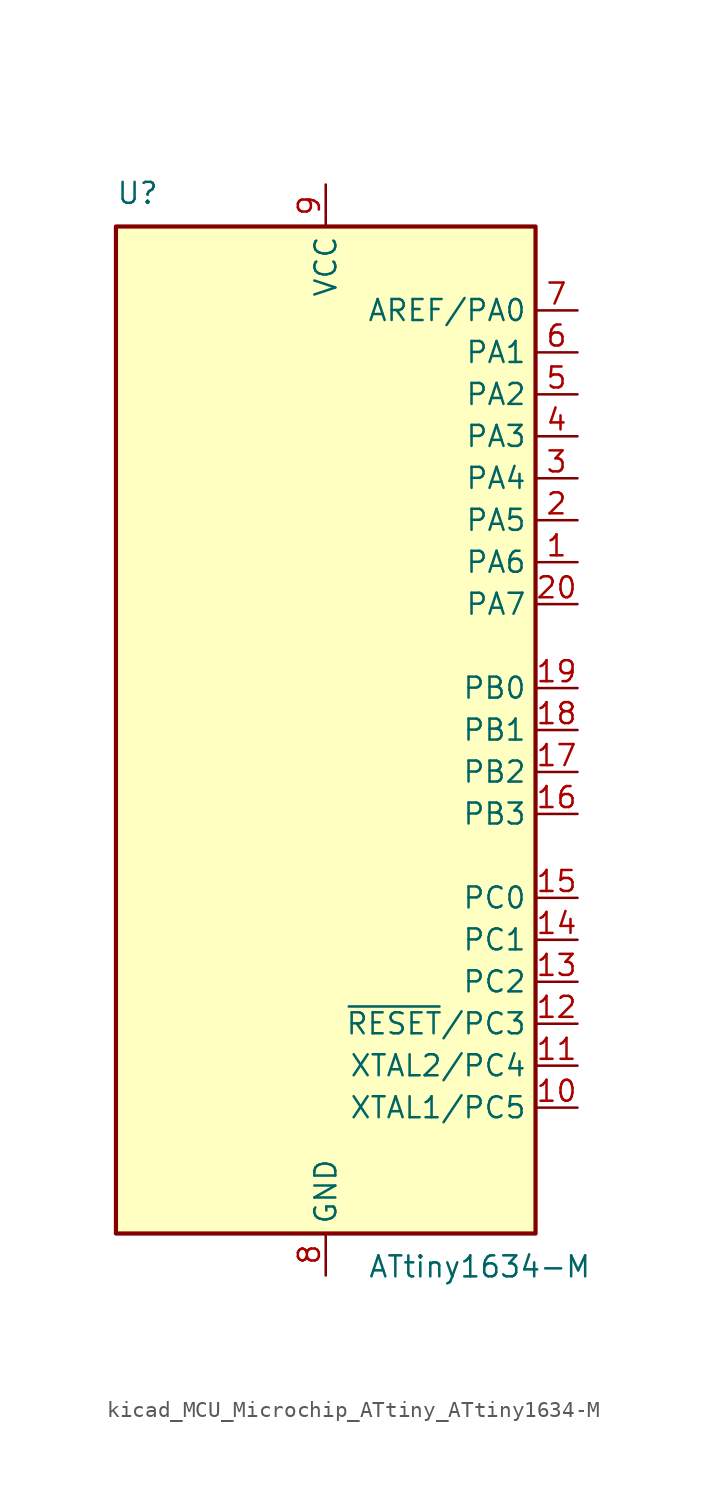
<source format=kicad_sym>
(kicad_symbol_lib
  (version 20220914)
  (generator kicad_symbol_editor)
  (symbol "kicad_MCU_Microchip_ATtiny_ATtiny1634-M"
    (property "Reference" "U"
      (at -12.7 31.75 0)
      (effects (font (size 1.27 1.27)) (justify left bottom)))
    (property "Value" "ATtiny1634-M"
      (at 2.54 -31.75 0)
      (effects (font (size 1.27 1.27)) (justify left top)))
    (symbol "kicad_MCU_Microchip_ATtiny_ATtiny1634-M_0_1"
      (rectangle (start -12.7 -30.48) (end 12.7 30.48) (stroke (width 0.254) (type default)) (fill (type background))))
    (symbol "kicad_MCU_Microchip_ATtiny_ATtiny1634-M_1_1"
      (pin bidirectional line (at 15.24 10.16 180) (length 2.54) (name "PA6" (effects (font (size 1.27 1.27)))) (number "1" (effects (font (size 1.27 1.27)))))
      (pin bidirectional line (at 15.24 -22.86 180) (length 2.54) (name "XTAL1/PC5" (effects (font (size 1.27 1.27)))) (number "10" (effects (font (size 1.27 1.27)))))
      (pin bidirectional line (at 15.24 -20.32 180) (length 2.54) (name "XTAL2/PC4" (effects (font (size 1.27 1.27)))) (number "11" (effects (font (size 1.27 1.27)))))
      (pin bidirectional line (at 15.24 -17.78 180) (length 2.54) (name "~{RESET}/PC3" (effects (font (size 1.27 1.27)))) (number "12" (effects (font (size 1.27 1.27)))))
      (pin bidirectional line (at 15.24 -15.24 180) (length 2.54) (name "PC2" (effects (font (size 1.27 1.27)))) (number "13" (effects (font (size 1.27 1.27)))))
      (pin bidirectional line (at 15.24 -12.7 180) (length 2.54) (name "PC1" (effects (font (size 1.27 1.27)))) (number "14" (effects (font (size 1.27 1.27)))))
      (pin bidirectional line (at 15.24 -10.16 180) (length 2.54) (name "PC0" (effects (font (size 1.27 1.27)))) (number "15" (effects (font (size 1.27 1.27)))))
      (pin bidirectional line (at 15.24 -5.08 180) (length 2.54) (name "PB3" (effects (font (size 1.27 1.27)))) (number "16" (effects (font (size 1.27 1.27)))))
      (pin bidirectional line (at 15.24 -2.54 180) (length 2.54) (name "PB2" (effects (font (size 1.27 1.27)))) (number "17" (effects (font (size 1.27 1.27)))))
      (pin bidirectional line (at 15.24 0 180) (length 2.54) (name "PB1" (effects (font (size 1.27 1.27)))) (number "18" (effects (font (size 1.27 1.27)))))
      (pin bidirectional line (at 15.24 2.54 180) (length 2.54) (name "PB0" (effects (font (size 1.27 1.27)))) (number "19" (effects (font (size 1.27 1.27)))))
      (pin bidirectional line (at 15.24 12.7 180) (length 2.54) (name "PA5" (effects (font (size 1.27 1.27)))) (number "2" (effects (font (size 1.27 1.27)))))
      (pin bidirectional line (at 15.24 7.62 180) (length 2.54) (name "PA7" (effects (font (size 1.27 1.27)))) (number "20" (effects (font (size 1.27 1.27)))))
      (pin passive line (at 0 -33.02 90) (length 2.54) hide (name "GND" (effects (font (size 1.27 1.27)))) (number "21" (effects (font (size 1.27 1.27)))))
      (pin bidirectional line (at 15.24 15.24 180) (length 2.54) (name "PA4" (effects (font (size 1.27 1.27)))) (number "3" (effects (font (size 1.27 1.27)))))
      (pin bidirectional line (at 15.24 17.78 180) (length 2.54) (name "PA3" (effects (font (size 1.27 1.27)))) (number "4" (effects (font (size 1.27 1.27)))))
      (pin bidirectional line (at 15.24 20.32 180) (length 2.54) (name "PA2" (effects (font (size 1.27 1.27)))) (number "5" (effects (font (size 1.27 1.27)))))
      (pin bidirectional line (at 15.24 22.86 180) (length 2.54) (name "PA1" (effects (font (size 1.27 1.27)))) (number "6" (effects (font (size 1.27 1.27)))))
      (pin bidirectional line (at 15.24 25.4 180) (length 2.54) (name "AREF/PA0" (effects (font (size 1.27 1.27)))) (number "7" (effects (font (size 1.27 1.27)))))
      (pin power_in line (at 0 -33.02 90) (length 2.54) (name "GND" (effects (font (size 1.27 1.27)))) (number "8" (effects (font (size 1.27 1.27)))))
      (pin power_in line (at 0 33.02 270) (length 2.54) (name "VCC" (effects (font (size 1.27 1.27)))) (number "9" (effects (font (size 1.27 1.27))))))))
</source>
